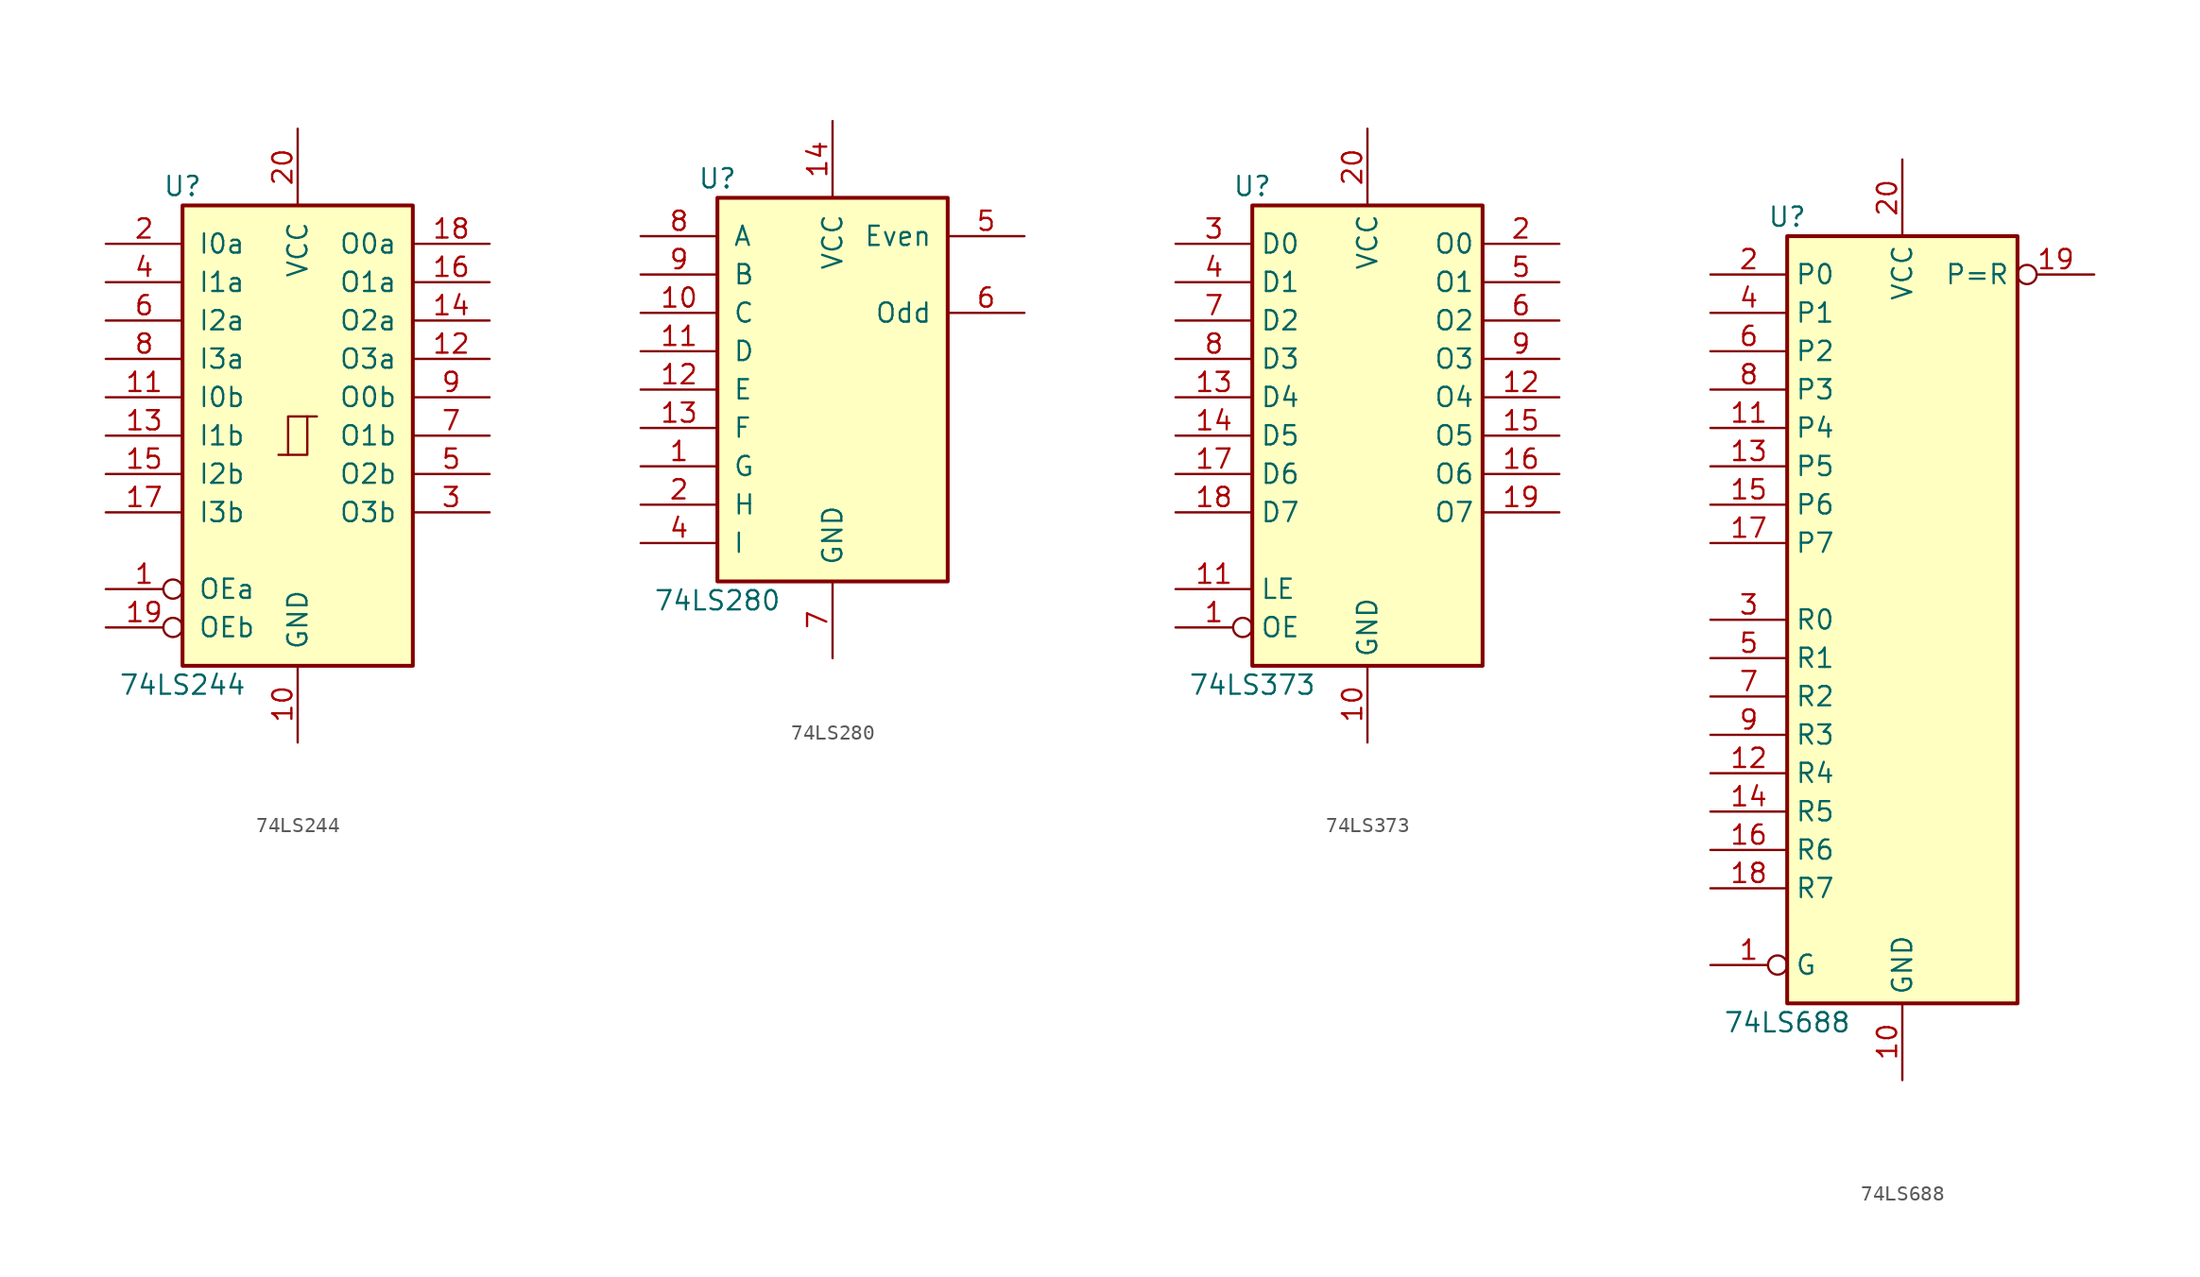
<source format=kicad_sym>
(kicad_symbol_lib
  (version 20201005)
  (generator kicad_symbol_editor)
  (symbol "74LS244"
    (pin_names
      (offset 1.016))
    (property "Reference" "U"
      (at -7.62 16.51 0)
      (effects (font (size 1.27 1.27))))
    (property "Value" "74LS244"
      (at -7.62 -16.51 0)
      (effects (font (size 1.27 1.27))))
    (symbol "74LS244_1_0"
      (polyline (pts (xy -0.635 -1.27) (xy -0.635 1.27) (xy 0.635 1.27)) (stroke (width 0)) (fill (type none)))
      (polyline (pts (xy -1.27 -1.27) (xy 0.635 -1.27) (xy 0.635 1.27) (xy 1.27 1.27)) (stroke (width 0)) (fill (type none)))
      (pin input inverted (at -12.7 -10.16 0) (length 5.08) (name "OEa" (effects (font (size 1.27 1.27)))) (number "1" (effects (font (size 1.27 1.27)))))
      (pin power_in line (at 0 -20.32 90) (length 5.08) (name "GND" (effects (font (size 1.27 1.27)))) (number "10" (effects (font (size 1.27 1.27)))))
      (pin input line (at -12.7 2.54 0) (length 5.08) (name "I0b" (effects (font (size 1.27 1.27)))) (number "11" (effects (font (size 1.27 1.27)))))
      (pin tri_state line (at 12.7 5.08 180) (length 5.08) (name "O3a" (effects (font (size 1.27 1.27)))) (number "12" (effects (font (size 1.27 1.27)))))
      (pin input line (at -12.7 0 0) (length 5.08) (name "I1b" (effects (font (size 1.27 1.27)))) (number "13" (effects (font (size 1.27 1.27)))))
      (pin tri_state line (at 12.7 7.62 180) (length 5.08) (name "O2a" (effects (font (size 1.27 1.27)))) (number "14" (effects (font (size 1.27 1.27)))))
      (pin input line (at -12.7 -2.54 0) (length 5.08) (name "I2b" (effects (font (size 1.27 1.27)))) (number "15" (effects (font (size 1.27 1.27)))))
      (pin tri_state line (at 12.7 10.16 180) (length 5.08) (name "O1a" (effects (font (size 1.27 1.27)))) (number "16" (effects (font (size 1.27 1.27)))))
      (pin input line (at -12.7 -5.08 0) (length 5.08) (name "I3b" (effects (font (size 1.27 1.27)))) (number "17" (effects (font (size 1.27 1.27)))))
      (pin tri_state line (at 12.7 12.7 180) (length 5.08) (name "O0a" (effects (font (size 1.27 1.27)))) (number "18" (effects (font (size 1.27 1.27)))))
      (pin input inverted (at -12.7 -12.7 0) (length 5.08) (name "OEb" (effects (font (size 1.27 1.27)))) (number "19" (effects (font (size 1.27 1.27)))))
      (pin input line (at -12.7 12.7 0) (length 5.08) (name "I0a" (effects (font (size 1.27 1.27)))) (number "2" (effects (font (size 1.27 1.27)))))
      (pin power_in line (at 0 20.32 270) (length 5.08) (name "VCC" (effects (font (size 1.27 1.27)))) (number "20" (effects (font (size 1.27 1.27)))))
      (pin tri_state line (at 12.7 -5.08 180) (length 5.08) (name "O3b" (effects (font (size 1.27 1.27)))) (number "3" (effects (font (size 1.27 1.27)))))
      (pin input line (at -12.7 10.16 0) (length 5.08) (name "I1a" (effects (font (size 1.27 1.27)))) (number "4" (effects (font (size 1.27 1.27)))))
      (pin tri_state line (at 12.7 -2.54 180) (length 5.08) (name "O2b" (effects (font (size 1.27 1.27)))) (number "5" (effects (font (size 1.27 1.27)))))
      (pin input line (at -12.7 7.62 0) (length 5.08) (name "I2a" (effects (font (size 1.27 1.27)))) (number "6" (effects (font (size 1.27 1.27)))))
      (pin tri_state line (at 12.7 0 180) (length 5.08) (name "O1b" (effects (font (size 1.27 1.27)))) (number "7" (effects (font (size 1.27 1.27)))))
      (pin input line (at -12.7 5.08 0) (length 5.08) (name "I3a" (effects (font (size 1.27 1.27)))) (number "8" (effects (font (size 1.27 1.27)))))
      (pin tri_state line (at 12.7 2.54 180) (length 5.08) (name "O0b" (effects (font (size 1.27 1.27)))) (number "9" (effects (font (size 1.27 1.27))))))
    (symbol "74LS244_1_1"
      (rectangle (start -7.62 15.24) (end 7.62 -15.24) (stroke (width 0.254)) (fill (type background)))))
  (symbol "74LS280"
    (pin_names
      (offset 1.016))
    (property "Reference" "U"
      (at -7.62 13.97 0)
      (effects (font (size 1.27 1.27))))
    (property "Value" "74LS280"
      (at -7.62 -13.97 0)
      (effects (font (size 1.27 1.27))))
    (property "ki_locked" ""
      (at 0 0 0)
      (effects (font (size 1.27 1.27))))
    (symbol "74LS280_1_0"
      (pin input line (at -12.7 -5.08 0) (length 5.08) (name "G" (effects (font (size 1.27 1.27)))) (number "1" (effects (font (size 1.27 1.27)))))
      (pin input line (at -12.7 5.08 0) (length 5.08) (name "C" (effects (font (size 1.27 1.27)))) (number "10" (effects (font (size 1.27 1.27)))))
      (pin input line (at -12.7 2.54 0) (length 5.08) (name "D" (effects (font (size 1.27 1.27)))) (number "11" (effects (font (size 1.27 1.27)))))
      (pin input line (at -12.7 0 0) (length 5.08) (name "E" (effects (font (size 1.27 1.27)))) (number "12" (effects (font (size 1.27 1.27)))))
      (pin input line (at -12.7 -2.54 0) (length 5.08) (name "F" (effects (font (size 1.27 1.27)))) (number "13" (effects (font (size 1.27 1.27)))))
      (pin power_in line (at 0 17.78 270) (length 5.08) (name "VCC" (effects (font (size 1.27 1.27)))) (number "14" (effects (font (size 1.27 1.27)))))
      (pin input line (at -12.7 -7.62 0) (length 5.08) (name "H" (effects (font (size 1.27 1.27)))) (number "2" (effects (font (size 1.27 1.27)))))
      (pin input line (at -12.7 -10.16 0) (length 5.08) (name "I" (effects (font (size 1.27 1.27)))) (number "4" (effects (font (size 1.27 1.27)))))
      (pin output line (at 12.7 10.16 180) (length 5.08) (name "Even" (effects (font (size 1.27 1.27)))) (number "5" (effects (font (size 1.27 1.27)))))
      (pin output line (at 12.7 5.08 180) (length 5.08) (name "Odd" (effects (font (size 1.27 1.27)))) (number "6" (effects (font (size 1.27 1.27)))))
      (pin power_in line (at 0 -17.78 90) (length 5.08) (name "GND" (effects (font (size 1.27 1.27)))) (number "7" (effects (font (size 1.27 1.27)))))
      (pin input line (at -12.7 10.16 0) (length 5.08) (name "A" (effects (font (size 1.27 1.27)))) (number "8" (effects (font (size 1.27 1.27)))))
      (pin input line (at -12.7 7.62 0) (length 5.08) (name "B" (effects (font (size 1.27 1.27)))) (number "9" (effects (font (size 1.27 1.27))))))
    (symbol "74LS280_1_1"
      (rectangle (start -7.62 12.7) (end 7.62 -12.7) (stroke (width 0.254)) (fill (type background)))
      (pin no_connect line (at 7.62 0 180) (length 2.54) hide (name "NC" (effects (font (size 1.27 1.27)))) (number "3" (effects (font (size 1.27 1.27)))))))
  (symbol "74LS373"
    (property "Reference" "U"
      (at -7.62 16.51 0)
      (effects (font (size 1.27 1.27))))
    (property "Value" "74LS373"
      (at -7.62 -16.51 0)
      (effects (font (size 1.27 1.27))))
    (symbol "74LS373_1_0"
      (pin input inverted (at -12.7 -12.7 0) (length 5.08) (name "OE" (effects (font (size 1.27 1.27)))) (number "1" (effects (font (size 1.27 1.27)))))
      (pin power_in line (at 0 -20.32 90) (length 5.08) (name "GND" (effects (font (size 1.27 1.27)))) (number "10" (effects (font (size 1.27 1.27)))))
      (pin input line (at -12.7 -10.16 0) (length 5.08) (name "LE" (effects (font (size 1.27 1.27)))) (number "11" (effects (font (size 1.27 1.27)))))
      (pin tri_state line (at 12.7 2.54 180) (length 5.08) (name "O4" (effects (font (size 1.27 1.27)))) (number "12" (effects (font (size 1.27 1.27)))))
      (pin input line (at -12.7 2.54 0) (length 5.08) (name "D4" (effects (font (size 1.27 1.27)))) (number "13" (effects (font (size 1.27 1.27)))))
      (pin input line (at -12.7 0 0) (length 5.08) (name "D5" (effects (font (size 1.27 1.27)))) (number "14" (effects (font (size 1.27 1.27)))))
      (pin tri_state line (at 12.7 0 180) (length 5.08) (name "O5" (effects (font (size 1.27 1.27)))) (number "15" (effects (font (size 1.27 1.27)))))
      (pin tri_state line (at 12.7 -2.54 180) (length 5.08) (name "O6" (effects (font (size 1.27 1.27)))) (number "16" (effects (font (size 1.27 1.27)))))
      (pin input line (at -12.7 -2.54 0) (length 5.08) (name "D6" (effects (font (size 1.27 1.27)))) (number "17" (effects (font (size 1.27 1.27)))))
      (pin input line (at -12.7 -5.08 0) (length 5.08) (name "D7" (effects (font (size 1.27 1.27)))) (number "18" (effects (font (size 1.27 1.27)))))
      (pin tri_state line (at 12.7 -5.08 180) (length 5.08) (name "O7" (effects (font (size 1.27 1.27)))) (number "19" (effects (font (size 1.27 1.27)))))
      (pin tri_state line (at 12.7 12.7 180) (length 5.08) (name "O0" (effects (font (size 1.27 1.27)))) (number "2" (effects (font (size 1.27 1.27)))))
      (pin power_in line (at 0 20.32 270) (length 5.08) (name "VCC" (effects (font (size 1.27 1.27)))) (number "20" (effects (font (size 1.27 1.27)))))
      (pin input line (at -12.7 12.7 0) (length 5.08) (name "D0" (effects (font (size 1.27 1.27)))) (number "3" (effects (font (size 1.27 1.27)))))
      (pin input line (at -12.7 10.16 0) (length 5.08) (name "D1" (effects (font (size 1.27 1.27)))) (number "4" (effects (font (size 1.27 1.27)))))
      (pin tri_state line (at 12.7 10.16 180) (length 5.08) (name "O1" (effects (font (size 1.27 1.27)))) (number "5" (effects (font (size 1.27 1.27)))))
      (pin tri_state line (at 12.7 7.62 180) (length 5.08) (name "O2" (effects (font (size 1.27 1.27)))) (number "6" (effects (font (size 1.27 1.27)))))
      (pin input line (at -12.7 7.62 0) (length 5.08) (name "D2" (effects (font (size 1.27 1.27)))) (number "7" (effects (font (size 1.27 1.27)))))
      (pin input line (at -12.7 5.08 0) (length 5.08) (name "D3" (effects (font (size 1.27 1.27)))) (number "8" (effects (font (size 1.27 1.27)))))
      (pin tri_state line (at 12.7 5.08 180) (length 5.08) (name "O3" (effects (font (size 1.27 1.27)))) (number "9" (effects (font (size 1.27 1.27))))))
    (symbol "74LS373_1_1"
      (rectangle (start -7.62 15.24) (end 7.62 -15.24) (stroke (width 0.254)) (fill (type background)))))
  (symbol "74LS688"
    (property "Reference" "U"
      (at -7.62 26.67 0)
      (effects (font (size 1.27 1.27))))
    (property "Value" "74LS688"
      (at -7.62 -26.67 0)
      (effects (font (size 1.27 1.27))))
    (symbol "74LS688_1_0"
      (pin input inverted (at -12.7 -22.86 0) (length 5.08) (name "G" (effects (font (size 1.27 1.27)))) (number "1" (effects (font (size 1.27 1.27)))))
      (pin power_in line (at 0 -30.48 90) (length 5.08) (name "GND" (effects (font (size 1.27 1.27)))) (number "10" (effects (font (size 1.27 1.27)))))
      (pin input line (at -12.7 12.7 0) (length 5.08) (name "P4" (effects (font (size 1.27 1.27)))) (number "11" (effects (font (size 1.27 1.27)))))
      (pin input line (at -12.7 -10.16 0) (length 5.08) (name "R4" (effects (font (size 1.27 1.27)))) (number "12" (effects (font (size 1.27 1.27)))))
      (pin input line (at -12.7 10.16 0) (length 5.08) (name "P5" (effects (font (size 1.27 1.27)))) (number "13" (effects (font (size 1.27 1.27)))))
      (pin input line (at -12.7 -12.7 0) (length 5.08) (name "R5" (effects (font (size 1.27 1.27)))) (number "14" (effects (font (size 1.27 1.27)))))
      (pin input line (at -12.7 7.62 0) (length 5.08) (name "P6" (effects (font (size 1.27 1.27)))) (number "15" (effects (font (size 1.27 1.27)))))
      (pin input line (at -12.7 -15.24 0) (length 5.08) (name "R6" (effects (font (size 1.27 1.27)))) (number "16" (effects (font (size 1.27 1.27)))))
      (pin input line (at -12.7 5.08 0) (length 5.08) (name "P7" (effects (font (size 1.27 1.27)))) (number "17" (effects (font (size 1.27 1.27)))))
      (pin input line (at -12.7 -17.78 0) (length 5.08) (name "R7" (effects (font (size 1.27 1.27)))) (number "18" (effects (font (size 1.27 1.27)))))
      (pin output inverted (at 12.7 22.86 180) (length 5.08) (name "P=R" (effects (font (size 1.27 1.27)))) (number "19" (effects (font (size 1.27 1.27)))))
      (pin input line (at -12.7 22.86 0) (length 5.08) (name "P0" (effects (font (size 1.27 1.27)))) (number "2" (effects (font (size 1.27 1.27)))))
      (pin power_in line (at 0 30.48 270) (length 5.08) (name "VCC" (effects (font (size 1.27 1.27)))) (number "20" (effects (font (size 1.27 1.27)))))
      (pin input line (at -12.7 0 0) (length 5.08) (name "R0" (effects (font (size 1.27 1.27)))) (number "3" (effects (font (size 1.27 1.27)))))
      (pin input line (at -12.7 20.32 0) (length 5.08) (name "P1" (effects (font (size 1.27 1.27)))) (number "4" (effects (font (size 1.27 1.27)))))
      (pin input line (at -12.7 -2.54 0) (length 5.08) (name "R1" (effects (font (size 1.27 1.27)))) (number "5" (effects (font (size 1.27 1.27)))))
      (pin input line (at -12.7 17.78 0) (length 5.08) (name "P2" (effects (font (size 1.27 1.27)))) (number "6" (effects (font (size 1.27 1.27)))))
      (pin input line (at -12.7 -5.08 0) (length 5.08) (name "R2" (effects (font (size 1.27 1.27)))) (number "7" (effects (font (size 1.27 1.27)))))
      (pin input line (at -12.7 15.24 0) (length 5.08) (name "P3" (effects (font (size 1.27 1.27)))) (number "8" (effects (font (size 1.27 1.27)))))
      (pin input line (at -12.7 -7.62 0) (length 5.08) (name "R3" (effects (font (size 1.27 1.27)))) (number "9" (effects (font (size 1.27 1.27))))))
    (symbol "74LS688_1_1"
      (rectangle (start -7.62 25.4) (end 7.62 -25.4) (stroke (width 0.254)) (fill (type background))))))
</source>
